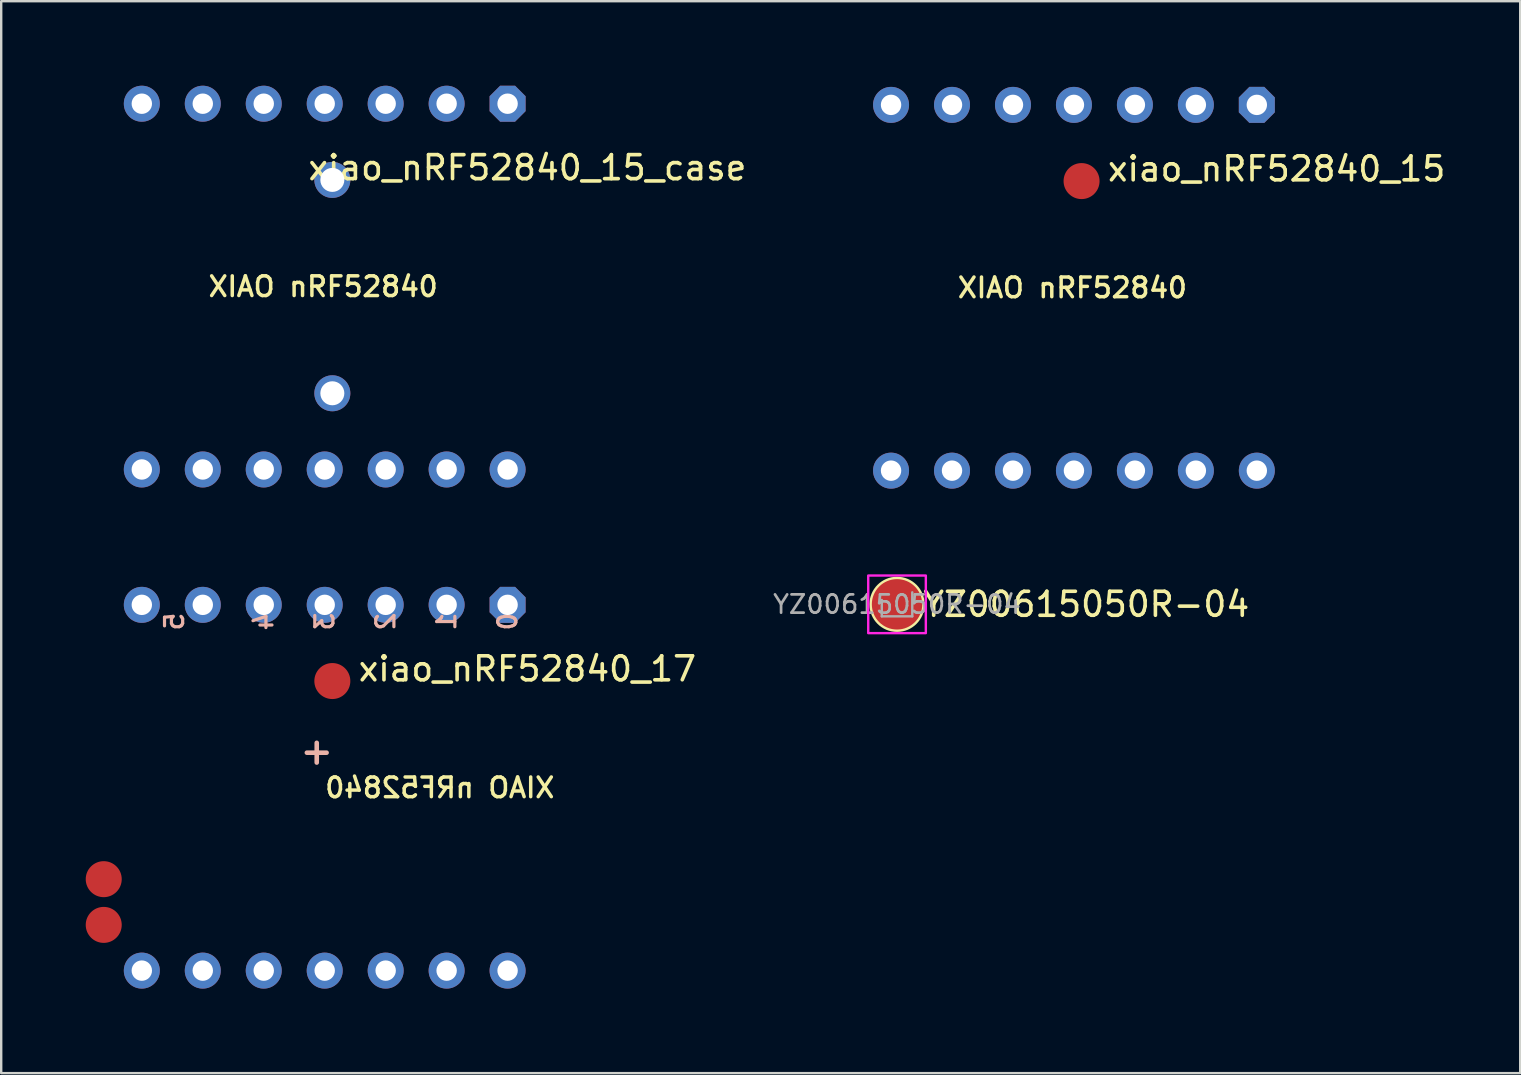
<source format=kicad_pcb>
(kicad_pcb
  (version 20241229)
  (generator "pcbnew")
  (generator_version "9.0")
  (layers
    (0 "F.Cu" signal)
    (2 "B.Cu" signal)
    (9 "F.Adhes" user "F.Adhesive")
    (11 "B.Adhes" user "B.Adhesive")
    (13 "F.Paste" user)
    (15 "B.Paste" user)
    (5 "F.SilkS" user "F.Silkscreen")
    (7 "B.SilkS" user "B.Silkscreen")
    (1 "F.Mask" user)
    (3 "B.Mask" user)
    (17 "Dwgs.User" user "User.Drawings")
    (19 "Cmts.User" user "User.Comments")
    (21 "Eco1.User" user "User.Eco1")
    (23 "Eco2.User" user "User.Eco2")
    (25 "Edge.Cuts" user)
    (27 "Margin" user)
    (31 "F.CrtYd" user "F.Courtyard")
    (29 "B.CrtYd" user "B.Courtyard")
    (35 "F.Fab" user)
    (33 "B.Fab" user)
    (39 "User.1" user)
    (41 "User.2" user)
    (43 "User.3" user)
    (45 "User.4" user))
  (footprint "xiao_nRF52840_17"
    (layer "F.Cu")
    (at 10.479 29.771)
    (property "Reference" "xiao_nRF52840_17" (at 8.445 -4.953 180) (layer "F.SilkS") (effects (font (size 1 1) (thickness 0.15))))
    (attr through_hole)
    (fp_line (start -10.441 3.529) (end -10.241 3.529) (stroke (width 0.001) (type solid)) (layer "Cmts.User"))
    (fp_line (start -10.441 3.529) (end -10.241 3.529) (stroke (width 0.001) (type solid)) (layer "Cmts.User"))
    (fp_line (start -8.341 -7.769) (end -8.236 -7.769) (stroke (width 0.001) (type solid)) (layer "Cmts.User"))
    (fp_line (start -8.341 -7.769) (end -8.236 -7.769) (stroke (width 0.001) (type solid)) (layer "Cmts.User"))
    (fp_line (start -8.236 -8.069) (end -7.236 -8.069) (stroke (width 0.001) (type solid)) (layer "Cmts.User"))
    (fp_line (start -8.236 -8.069) (end -7.236 -8.069) (stroke (width 0.001) (type solid)) (layer "Cmts.User"))
    (fp_line (start -8.236 -7.769) (end -8.236 -8.069) (stroke (width 0.001) (type solid)) (layer "Cmts.User"))
    (fp_line (start -8.236 -7.769) (end -8.236 -8.069) (stroke (width 0.001) (type solid)) (layer "Cmts.User"))
    (fp_line (start -7.441 7.515) (end -7.441 7.715) (stroke (width 0.001) (type solid)) (layer "Cmts.User"))
    (fp_line (start -7.441 7.515) (end -7.441 7.715) (stroke (width 0.001) (type solid)) (layer "Cmts.User"))
    (fp_line (start -7.441 7.715) (end -8.341 7.715) (stroke (width 0.001) (type solid)) (layer "Cmts.User"))
    (fp_line (start -7.441 7.715) (end -8.341 7.715) (stroke (width 0.001) (type solid)) (layer "Cmts.User"))
    (fp_line (start -7.236 -8.069) (end -7.236 -7.569) (stroke (width 0.001) (type solid)) (layer "Cmts.User"))
    (fp_line (start -7.236 -8.069) (end -7.236 -7.569) (stroke (width 0.001) (type solid)) (layer "Cmts.User"))
    (fp_line (start -4.604 -7.569) (end -4.604 -7.769) (stroke (width 0.001) (type solid)) (layer "Cmts.User"))
    (fp_line (start -4.604 -7.569) (end -4.604 -7.769) (stroke (width 0.001) (type solid)) (layer "Cmts.User"))
    (fp_line (start -4.604 7.715) (end -4.604 7.515) (stroke (width 0.001) (type solid)) (layer "Cmts.User"))
    (fp_line (start -4.604 7.715) (end -4.604 7.515) (stroke (width 0.001) (type solid)) (layer "Cmts.User"))
    (fp_line (start -1.556 -7.769) (end -1.556 -7.569) (stroke (width 0.001) (type solid)) (layer "Cmts.User"))
    (fp_line (start -1.556 7.515) (end -1.556 7.715) (stroke (width 0.001) (type solid)) (layer "Cmts.User"))
    (fp_line (start 2.211 8.015) (end 2.211 7.515) (stroke (width 0.001) (type solid)) (layer "Cmts.User"))
    (fp_line (start 2.211 8.015) (end 2.211 7.515) (stroke (width 0.001) (type solid)) (layer "Cmts.User"))
    (fp_line (start 2.424 -7.769) (end 3.324 -7.769) (stroke (width 0.001) (type solid)) (layer "Cmts.User"))
    (fp_line (start 2.424 -7.769) (end 3.324 -7.769) (stroke (width 0.001) (type solid)) (layer "Cmts.User"))
    (fp_line (start 2.424 -7.569) (end 2.424 -7.769) (stroke (width 0.001) (type solid)) (layer "Cmts.User"))
    (fp_line (start 2.424 -7.569) (end 2.424 -7.769) (stroke (width 0.001) (type solid)) (layer "Cmts.User"))
    (fp_line (start 3.211 7.715) (end 3.211 8.015) (stroke (width 0.001) (type solid)) (layer "Cmts.User"))
    (fp_line (start 3.211 7.715) (end 3.211 8.015) (stroke (width 0.001) (type solid)) (layer "Cmts.User"))
    (fp_line (start 3.211 8.015) (end 2.211 8.015) (stroke (width 0.001) (type solid)) (layer "Cmts.User"))
    (fp_line (start 3.211 8.015) (end 2.211 8.015) (stroke (width 0.001) (type solid)) (layer "Cmts.User"))
    (fp_line (start 3.324 7.715) (end 3.211 7.715) (stroke (width 0.001) (type solid)) (layer "Cmts.User"))
    (fp_line (start 3.324 7.715) (end 3.211 7.715) (stroke (width 0.001) (type solid)) (layer "Cmts.User"))
    (fp_line (start 5.424 -3.583) (end 5.224 -3.583) (stroke (width 0.001) (type solid)) (layer "Cmts.User"))
    (fp_line (start 5.424 -3.583) (end 5.224 -3.583) (stroke (width 0.001) (type solid)) (layer "Cmts.User"))
    (fp_line (start -10.477 -6.985) (end -10.477 6.985) (stroke (width 0.003) (type solid)) (layer "User.2"))
    (fp_line (start -8.572 -8.89) (end 8.572 -8.89) (stroke (width 0.003) (type solid)) (layer "User.2"))
    (fp_line (start -8.572 8.89) (end 8.572 8.89) (stroke (width 0.003) (type solid)) (layer "User.2"))
    (fp_line (start 10.477 6.985) (end 10.477 -6.985) (stroke (width 0.003) (type solid)) (layer "User.2"))
    (fp_arc (start -10.4775 -6.985) (mid -9.919538 -8.332038) (end -8.5725 -8.89) (stroke (width 0.00254) (type solid)) (layer "User.2"))
    (fp_arc (start -8.5725 8.89) (mid -9.919538 8.332038) (end -10.4775 6.985) (stroke (width 0.00254) (type solid)) (layer "User.2"))
    (fp_arc (start 8.5725 -8.89) (mid 9.919538 -8.332038) (end 10.4775 -6.985) (stroke (width 0.00254) (type solid)) (layer "User.2"))
    (fp_arc (start 10.4775 6.985) (mid 9.919538 8.332038) (end 8.5725 8.89) (stroke (width 0.00254) (type solid)) (layer "User.2"))
    (fp_text user "XIAO nRF52840" (at -0.064 0 0) (unlocked yes) (layer "F.SilkS") (effects (font (size 0.82 0.82) (thickness 0.145)) (justify right mirror)))
    (fp_text user "5" (at -6.261 -6.477 90) (unlocked yes) (layer "B.SilkS") (effects (font (size 0.756 0.756) (thickness 0.133)) (justify right mirror)))
    (fp_text user "+" (at -0.254 -1.46 270) (unlocked yes) (layer "B.SilkS") (effects (font (size 1.079 1.079) (thickness 0.191)) (justify mirror)))
    (fp_text user "2" (at 2.54 -6.477 90) (unlocked yes) (layer "B.SilkS") (effects (font (size 0.756 0.756) (thickness 0.133)) (justify right mirror)))
    (fp_text user "0" (at 7.62 -6.477 90) (unlocked yes) (layer "B.SilkS") (effects (font (size 0.756 0.756) (thickness 0.133)) (justify right mirror)))
    (fp_text user "1" (at 5.08 -6.477 90) (unlocked yes) (layer "B.SilkS") (effects (font (size 0.756 0.756) (thickness 0.133)) (justify right mirror)))
    (fp_text user "4" (at -2.54 -6.477 90) (unlocked yes) (layer "B.SilkS") (effects (font (size 0.756 0.756) (thickness 0.133)) (justify right mirror)))
    (fp_text user "3" (at 0 -6.477 90) (unlocked yes) (layer "B.SilkS") (effects (font (size 0.756 0.756) (thickness 0.133)) (justify right mirror)))
    (pad "1" thru_hole roundrect (at 7.62 -7.62 270) (size 1.5 1.5) (drill 0.85) (layers "*.Cu" "*.Mask") (roundrect_rratio 0.25) (chamfer_ratio 0.293) (chamfer top_left top_right bottom_left bottom_right))
    (pad "2" thru_hole circle (at 5.08 -7.62 270) (size 1.5 1.5) (drill 0.85) (layers "*.Cu" "*.Mask"))
    (pad "3" thru_hole circle (at 2.54 -7.62 270) (size 1.5 1.5) (drill 0.85) (layers "*.Cu" "*.Mask"))
    (pad "4" thru_hole circle (at 0 -7.62 270) (size 1.5 1.5) (drill 0.85) (layers "*.Cu" "*.Mask"))
    (pad "5" thru_hole circle (at -2.54 -7.62 270) (size 1.5 1.5) (drill 0.85) (layers "*.Cu" "*.Mask"))
    (pad "6" thru_hole circle (at -5.08 -7.62 270) (size 1.5 1.5) (drill 0.85) (layers "*.Cu" "*.Mask"))
    (pad "7" thru_hole circle (at -7.62 -7.62 270) (size 1.5 1.5) (drill 0.85) (layers "*.Cu" "*.Mask"))
    (pad "8" thru_hole circle (at -7.62 7.62 90) (size 1.5 1.5) (drill 0.85) (layers "*.Cu" "*.Mask"))
    (pad "9" thru_hole circle (at -5.08 7.62 90) (size 1.5 1.5) (drill 0.85) (layers "*.Cu" "*.Mask"))
    (pad "10" thru_hole circle (at -2.54 7.62 90) (size 1.5 1.5) (drill 0.85) (layers "*.Cu" "*.Mask"))
    (pad "11" thru_hole circle (at 0 7.62 90) (size 1.5 1.5) (drill 0.85) (layers "*.Cu" "*.Mask"))
    (pad "12" thru_hole circle (at 2.54 7.62 90) (size 1.5 1.5) (drill 0.85) (layers "*.Cu" "*.Mask"))
    (pad "13" thru_hole circle (at 5.08 7.62 90) (size 1.5 1.5) (drill 0.85) (layers "*.Cu" "*.Mask"))
    (pad "14" thru_hole circle (at 7.62 7.62 90) (size 1.5 1.5) (drill 0.85) (layers "*.Cu" "*.Mask"))
    (pad "15" smd circle (at 0.318 -4.445 270) (size 1.5 1.5) (layers "F.Cu"))
    (pad "16" smd circle (at -9.207 3.81) (size 1.5 1.5) (layers "F.Cu" "F.Mask" "F.Paste"))
    (pad "17" smd circle (at -9.207 5.715) (size 1.5 1.5) (layers "F.Cu" "F.Mask" "F.Paste")))
  (footprint "xiao_nRF52840_15_case"
    (layer "F.Cu")
    (at 10.479 8.891)
    (property "Reference" "xiao_nRF52840_15_case" (at 8.445 -4.953 180) (layer "F.SilkS") (effects (font (size 1 1) (thickness 0.15))))
    (attr through_hole)
    (fp_line (start -10.441 3.529) (end -10.241 3.529) (stroke (width 0.001) (type solid)) (layer "Cmts.User"))
    (fp_line (start -10.441 3.529) (end -10.241 3.529) (stroke (width 0.001) (type solid)) (layer "Cmts.User"))
    (fp_line (start -8.341 -7.769) (end -8.236 -7.769) (stroke (width 0.001) (type solid)) (layer "Cmts.User"))
    (fp_line (start -8.341 -7.769) (end -8.236 -7.769) (stroke (width 0.001) (type solid)) (layer "Cmts.User"))
    (fp_line (start -8.236 -8.069) (end -7.236 -8.069) (stroke (width 0.001) (type solid)) (layer "Cmts.User"))
    (fp_line (start -8.236 -8.069) (end -7.236 -8.069) (stroke (width 0.001) (type solid)) (layer "Cmts.User"))
    (fp_line (start -8.236 -7.769) (end -8.236 -8.069) (stroke (width 0.001) (type solid)) (layer "Cmts.User"))
    (fp_line (start -8.236 -7.769) (end -8.236 -8.069) (stroke (width 0.001) (type solid)) (layer "Cmts.User"))
    (fp_line (start -7.441 7.515) (end -7.441 7.715) (stroke (width 0.001) (type solid)) (layer "Cmts.User"))
    (fp_line (start -7.441 7.515) (end -7.441 7.715) (stroke (width 0.001) (type solid)) (layer "Cmts.User"))
    (fp_line (start -7.441 7.715) (end -8.341 7.715) (stroke (width 0.001) (type solid)) (layer "Cmts.User"))
    (fp_line (start -7.441 7.715) (end -8.341 7.715) (stroke (width 0.001) (type solid)) (layer "Cmts.User"))
    (fp_line (start -7.236 -8.069) (end -7.236 -7.569) (stroke (width 0.001) (type solid)) (layer "Cmts.User"))
    (fp_line (start -7.236 -8.069) (end -7.236 -7.569) (stroke (width 0.001) (type solid)) (layer "Cmts.User"))
    (fp_line (start -4.604 -7.569) (end -4.604 -7.769) (stroke (width 0.001) (type solid)) (layer "Cmts.User"))
    (fp_line (start -4.604 -7.569) (end -4.604 -7.769) (stroke (width 0.001) (type solid)) (layer "Cmts.User"))
    (fp_line (start -4.604 7.715) (end -4.604 7.515) (stroke (width 0.001) (type solid)) (layer "Cmts.User"))
    (fp_line (start -4.604 7.715) (end -4.604 7.515) (stroke (width 0.001) (type solid)) (layer "Cmts.User"))
    (fp_line (start -1.556 -7.769) (end -1.556 -7.569) (stroke (width 0.001) (type solid)) (layer "Cmts.User"))
    (fp_line (start -1.556 7.515) (end -1.556 7.715) (stroke (width 0.001) (type solid)) (layer "Cmts.User"))
    (fp_line (start 2.211 8.015) (end 2.211 7.515) (stroke (width 0.001) (type solid)) (layer "Cmts.User"))
    (fp_line (start 2.211 8.015) (end 2.211 7.515) (stroke (width 0.001) (type solid)) (layer "Cmts.User"))
    (fp_line (start 2.424 -7.769) (end 3.324 -7.769) (stroke (width 0.001) (type solid)) (layer "Cmts.User"))
    (fp_line (start 2.424 -7.769) (end 3.324 -7.769) (stroke (width 0.001) (type solid)) (layer "Cmts.User"))
    (fp_line (start 2.424 -7.569) (end 2.424 -7.769) (stroke (width 0.001) (type solid)) (layer "Cmts.User"))
    (fp_line (start 2.424 -7.569) (end 2.424 -7.769) (stroke (width 0.001) (type solid)) (layer "Cmts.User"))
    (fp_line (start 3.211 7.715) (end 3.211 8.015) (stroke (width 0.001) (type solid)) (layer "Cmts.User"))
    (fp_line (start 3.211 7.715) (end 3.211 8.015) (stroke (width 0.001) (type solid)) (layer "Cmts.User"))
    (fp_line (start 3.211 8.015) (end 2.211 8.015) (stroke (width 0.001) (type solid)) (layer "Cmts.User"))
    (fp_line (start 3.211 8.015) (end 2.211 8.015) (stroke (width 0.001) (type solid)) (layer "Cmts.User"))
    (fp_line (start 3.324 7.715) (end 3.211 7.715) (stroke (width 0.001) (type solid)) (layer "Cmts.User"))
    (fp_line (start 3.324 7.715) (end 3.211 7.715) (stroke (width 0.001) (type solid)) (layer "Cmts.User"))
    (fp_line (start 5.424 -3.583) (end 5.224 -3.583) (stroke (width 0.001) (type solid)) (layer "Cmts.User"))
    (fp_line (start 5.424 -3.583) (end 5.224 -3.583) (stroke (width 0.001) (type solid)) (layer "Cmts.User"))
    (fp_line (start -10.477 -6.985) (end -10.477 6.985) (stroke (width 0.003) (type solid)) (layer "User.2"))
    (fp_line (start -8.572 -8.89) (end 8.572 -8.89) (stroke (width 0.003) (type solid)) (layer "User.2"))
    (fp_line (start -8.572 8.89) (end 8.572 8.89) (stroke (width 0.003) (type solid)) (layer "User.2"))
    (fp_line (start 10.477 6.985) (end 10.477 -6.985) (stroke (width 0.003) (type solid)) (layer "User.2"))
    (fp_arc (start -10.4775 -6.985) (mid -9.919538 -8.332038) (end -8.5725 -8.89) (stroke (width 0.00254) (type solid)) (layer "User.2"))
    (fp_arc (start -8.5725 8.89) (mid -9.919538 8.332038) (end -10.4775 6.985) (stroke (width 0.00254) (type solid)) (layer "User.2"))
    (fp_arc (start 8.5725 -8.89) (mid 9.919538 -8.332038) (end 10.4775 -6.985) (stroke (width 0.00254) (type solid)) (layer "User.2"))
    (fp_arc (start 10.4775 6.985) (mid 9.919538 8.332038) (end 8.5725 8.89) (stroke (width 0.00254) (type solid)) (layer "User.2"))
    (fp_text user "XIAO nRF52840" (at -0.064 0 0) (unlocked yes) (layer "F.SilkS") (effects (font (size 0.82 0.82) (thickness 0.145))))
    (pad "1" thru_hole roundrect (at 7.62 -7.62 270) (size 1.5 1.5) (drill 0.85) (layers "*.Cu" "*.Mask") (roundrect_rratio 0.25) (chamfer_ratio 0.293) (chamfer top_left top_right bottom_left bottom_right))
    (pad "2" thru_hole circle (at 5.08 -7.62 270) (size 1.5 1.5) (drill 0.85) (layers "*.Cu" "*.Mask"))
    (pad "3" thru_hole circle (at 2.54 -7.62 270) (size 1.5 1.5) (drill 0.85) (layers "*.Cu" "*.Mask"))
    (pad "4" thru_hole circle (at 0 -7.62 270) (size 1.5 1.5) (drill 0.85) (layers "*.Cu" "*.Mask"))
    (pad "5" thru_hole circle (at -2.54 -7.62 270) (size 1.5 1.5) (drill 0.85) (layers "*.Cu" "*.Mask"))
    (pad "6" thru_hole circle (at -5.08 -7.62 270) (size 1.5 1.5) (drill 0.85) (layers "*.Cu" "*.Mask"))
    (pad "7" thru_hole circle (at -7.62 -7.62 270) (size 1.5 1.5) (drill 0.85) (layers "*.Cu" "*.Mask"))
    (pad "8" thru_hole circle (at -7.62 7.62 90) (size 1.5 1.5) (drill 0.85) (layers "*.Cu" "*.Mask"))
    (pad "9" thru_hole circle (at -5.08 7.62 90) (size 1.5 1.5) (drill 0.85) (layers "*.Cu" "*.Mask"))
    (pad "10" thru_hole circle (at -2.54 7.62 90) (size 1.5 1.5) (drill 0.85) (layers "*.Cu" "*.Mask"))
    (pad "11" thru_hole circle (at 0 7.62 90) (size 1.5 1.5) (drill 0.85) (layers "*.Cu" "*.Mask"))
    (pad "12" thru_hole circle (at 2.54 7.62 90) (size 1.5 1.5) (drill 0.85) (layers "*.Cu" "*.Mask"))
    (pad "13" thru_hole circle (at 5.08 7.62 90) (size 1.5 1.5) (drill 0.85) (layers "*.Cu" "*.Mask"))
    (pad "14" thru_hole circle (at 7.62 7.62 90) (size 1.5 1.5) (drill 0.85) (layers "*.Cu" "*.Mask"))
    (pad "15" thru_hole circle (at 0.318 -4.445 270) (size 1.5 1.5) (drill 1) (layers "*.Cu"))
    (pad "15" thru_hole circle (at 0.318 4.445 270) (size 1.5 1.5) (drill 1) (layers "*.Cu")))
  (footprint "YZ00615050R-04"
    (layer "F.Cu")
    (at 34.325 22.13)
    (property "Reference" "YZ00615050R-04" (at 1 0 0) (layer "F.SilkS") (effects (font (size 1 1) (thickness 0.15)) (justify left)))
    (attr smd allow_missing_courtyard)
    (fp_circle (center 0 0) (end 1.1 0) (stroke (width 0.1) (type default)) (fill no) (layer "F.SilkS"))
    (fp_rect (start -1.2 -1.2) (end 1.2 1.2) (stroke (width 0.1) (type default)) (fill no) (layer "F.CrtYd"))
    (fp_line (start -0.635 0.5) (end -0.635 -0.182) (stroke (width 0.1) (type solid)) (layer "F.Fab"))
    (fp_line (start 0.635 -0.5) (end 0.635 0.5) (stroke (width 0.1) (type solid)) (layer "F.Fab"))
    (fp_line (start 0.635 0.5) (end -0.635 0.5) (stroke (width 0.1) (type solid)) (layer "F.Fab"))
    (fp_text user "${REFERENCE}" (at 0 0 180) (layer "F.Fab") (effects (font (size 0.76 0.76) (thickness 0.114))))
    (pad "1" smd circle (at 0 0) (size 2.2 2.2) (layers "F.Cu" "F.Mask" "F.Paste")))
  (footprint "xiao_nRF52840_15"
    (layer "F.Cu")
    (at 41.696 8.94)
    (property "Reference" "xiao_nRF52840_15" (at 8.445 -4.953 180) (layer "F.SilkS") (effects (font (size 1 1) (thickness 0.15))))
    (attr through_hole)
    (fp_line (start -10.441 3.529) (end -10.241 3.529) (stroke (width 0.001) (type solid)) (layer "Cmts.User"))
    (fp_line (start -10.441 3.529) (end -10.241 3.529) (stroke (width 0.001) (type solid)) (layer "Cmts.User"))
    (fp_line (start -8.341 -7.769) (end -8.236 -7.769) (stroke (width 0.001) (type solid)) (layer "Cmts.User"))
    (fp_line (start -8.341 -7.769) (end -8.236 -7.769) (stroke (width 0.001) (type solid)) (layer "Cmts.User"))
    (fp_line (start -8.236 -8.069) (end -7.236 -8.069) (stroke (width 0.001) (type solid)) (layer "Cmts.User"))
    (fp_line (start -8.236 -8.069) (end -7.236 -8.069) (stroke (width 0.001) (type solid)) (layer "Cmts.User"))
    (fp_line (start -8.236 -7.769) (end -8.236 -8.069) (stroke (width 0.001) (type solid)) (layer "Cmts.User"))
    (fp_line (start -8.236 -7.769) (end -8.236 -8.069) (stroke (width 0.001) (type solid)) (layer "Cmts.User"))
    (fp_line (start -7.441 7.515) (end -7.441 7.715) (stroke (width 0.001) (type solid)) (layer "Cmts.User"))
    (fp_line (start -7.441 7.515) (end -7.441 7.715) (stroke (width 0.001) (type solid)) (layer "Cmts.User"))
    (fp_line (start -7.441 7.715) (end -8.341 7.715) (stroke (width 0.001) (type solid)) (layer "Cmts.User"))
    (fp_line (start -7.441 7.715) (end -8.341 7.715) (stroke (width 0.001) (type solid)) (layer "Cmts.User"))
    (fp_line (start -7.236 -8.069) (end -7.236 -7.569) (stroke (width 0.001) (type solid)) (layer "Cmts.User"))
    (fp_line (start -7.236 -8.069) (end -7.236 -7.569) (stroke (width 0.001) (type solid)) (layer "Cmts.User"))
    (fp_line (start -4.604 -7.569) (end -4.604 -7.769) (stroke (width 0.001) (type solid)) (layer "Cmts.User"))
    (fp_line (start -4.604 -7.569) (end -4.604 -7.769) (stroke (width 0.001) (type solid)) (layer "Cmts.User"))
    (fp_line (start -4.604 7.715) (end -4.604 7.515) (stroke (width 0.001) (type solid)) (layer "Cmts.User"))
    (fp_line (start -4.604 7.715) (end -4.604 7.515) (stroke (width 0.001) (type solid)) (layer "Cmts.User"))
    (fp_line (start -1.556 -7.769) (end -1.556 -7.569) (stroke (width 0.001) (type solid)) (layer "Cmts.User"))
    (fp_line (start -1.556 7.515) (end -1.556 7.715) (stroke (width 0.001) (type solid)) (layer "Cmts.User"))
    (fp_line (start 2.211 8.015) (end 2.211 7.515) (stroke (width 0.001) (type solid)) (layer "Cmts.User"))
    (fp_line (start 2.211 8.015) (end 2.211 7.515) (stroke (width 0.001) (type solid)) (layer "Cmts.User"))
    (fp_line (start 2.424 -7.769) (end 3.324 -7.769) (stroke (width 0.001) (type solid)) (layer "Cmts.User"))
    (fp_line (start 2.424 -7.769) (end 3.324 -7.769) (stroke (width 0.001) (type solid)) (layer "Cmts.User"))
    (fp_line (start 2.424 -7.569) (end 2.424 -7.769) (stroke (width 0.001) (type solid)) (layer "Cmts.User"))
    (fp_line (start 2.424 -7.569) (end 2.424 -7.769) (stroke (width 0.001) (type solid)) (layer "Cmts.User"))
    (fp_line (start 3.211 7.715) (end 3.211 8.015) (stroke (width 0.001) (type solid)) (layer "Cmts.User"))
    (fp_line (start 3.211 7.715) (end 3.211 8.015) (stroke (width 0.001) (type solid)) (layer "Cmts.User"))
    (fp_line (start 3.211 8.015) (end 2.211 8.015) (stroke (width 0.001) (type solid)) (layer "Cmts.User"))
    (fp_line (start 3.211 8.015) (end 2.211 8.015) (stroke (width 0.001) (type solid)) (layer "Cmts.User"))
    (fp_line (start 3.324 7.715) (end 3.211 7.715) (stroke (width 0.001) (type solid)) (layer "Cmts.User"))
    (fp_line (start 3.324 7.715) (end 3.211 7.715) (stroke (width 0.001) (type solid)) (layer "Cmts.User"))
    (fp_line (start 5.424 -3.583) (end 5.224 -3.583) (stroke (width 0.001) (type solid)) (layer "Cmts.User"))
    (fp_line (start 5.424 -3.583) (end 5.224 -3.583) (stroke (width 0.001) (type solid)) (layer "Cmts.User"))
    (fp_line (start -10.477 -6.985) (end -10.477 6.985) (stroke (width 0.1) (type solid)) (layer "User.2"))
    (fp_line (start -8.572 -8.89) (end 8.572 -8.89) (stroke (width 0.1) (type solid)) (layer "User.2"))
    (fp_line (start -8.572 8.89) (end 8.572 8.89) (stroke (width 0.1) (type solid)) (layer "User.2"))
    (fp_line (start 10.477 6.985) (end 10.477 -6.985) (stroke (width 0.1) (type solid)) (layer "User.2"))
    (fp_arc (start -10.4775 -6.985) (mid -9.919538 -8.332038) (end -8.5725 -8.89) (stroke (width 0.1) (type solid)) (layer "User.2"))
    (fp_arc (start -8.5725 8.89) (mid -9.919538 8.332038) (end -10.4775 6.985) (stroke (width 0.1) (type solid)) (layer "User.2"))
    (fp_arc (start 8.5725 -8.89) (mid 9.919538 -8.332038) (end 10.4775 -6.985) (stroke (width 0.1) (type solid)) (layer "User.2"))
    (fp_arc (start 10.4775 6.985) (mid 9.919538 8.332038) (end 8.5725 8.89) (stroke (width 0.1) (type solid)) (layer "User.2"))
    (fp_text user "XIAO nRF52840" (at -0.064 0 0) (unlocked yes) (layer "F.SilkS") (effects (font (size 0.82 0.82) (thickness 0.145))))
    (pad "1" thru_hole roundrect (at 7.62 -7.62 270) (size 1.5 1.5) (drill 0.85) (layers "*.Cu" "*.Mask") (roundrect_rratio 0.25) (chamfer_ratio 0.293) (chamfer top_left top_right bottom_left bottom_right))
    (pad "2" thru_hole circle (at 5.08 -7.62 270) (size 1.5 1.5) (drill 0.85) (layers "*.Cu" "*.Mask"))
    (pad "3" thru_hole circle (at 2.54 -7.62 270) (size 1.5 1.5) (drill 0.85) (layers "*.Cu" "*.Mask"))
    (pad "4" thru_hole circle (at 0 -7.62 270) (size 1.5 1.5) (drill 0.85) (layers "*.Cu" "*.Mask"))
    (pad "5" thru_hole circle (at -2.54 -7.62 270) (size 1.5 1.5) (drill 0.85) (layers "*.Cu" "*.Mask"))
    (pad "6" thru_hole circle (at -5.08 -7.62 270) (size 1.5 1.5) (drill 0.85) (layers "*.Cu" "*.Mask"))
    (pad "7" thru_hole circle (at -7.62 -7.62 270) (size 1.5 1.5) (drill 0.85) (layers "*.Cu" "*.Mask"))
    (pad "8" thru_hole circle (at -7.62 7.62 90) (size 1.5 1.5) (drill 0.85) (layers "*.Cu" "*.Mask"))
    (pad "9" thru_hole circle (at -5.08 7.62 90) (size 1.5 1.5) (drill 0.85) (layers "*.Cu" "*.Mask"))
    (pad "10" thru_hole circle (at -2.54 7.62 90) (size 1.5 1.5) (drill 0.85) (layers "*.Cu" "*.Mask"))
    (pad "11" thru_hole circle (at 0 7.62 90) (size 1.5 1.5) (drill 0.85) (layers "*.Cu" "*.Mask"))
    (pad "12" thru_hole circle (at 2.54 7.62 90) (size 1.5 1.5) (drill 0.85) (layers "*.Cu" "*.Mask"))
    (pad "13" thru_hole circle (at 5.08 7.62 90) (size 1.5 1.5) (drill 0.85) (layers "*.Cu" "*.Mask"))
    (pad "14" thru_hole circle (at 7.62 7.62 90) (size 1.5 1.5) (drill 0.85) (layers "*.Cu" "*.Mask"))
    (pad "15" smd circle (at 0.318 -4.445 270) (size 1.5 1.5) (layers "F.Cu")))
  (gr_rect
    (start -3 -3)
    (end 60.29 41.663)
    (stroke (width 0.1) (type default))
    (fill no)
    (layer "Edge.Cuts")))
</source>
